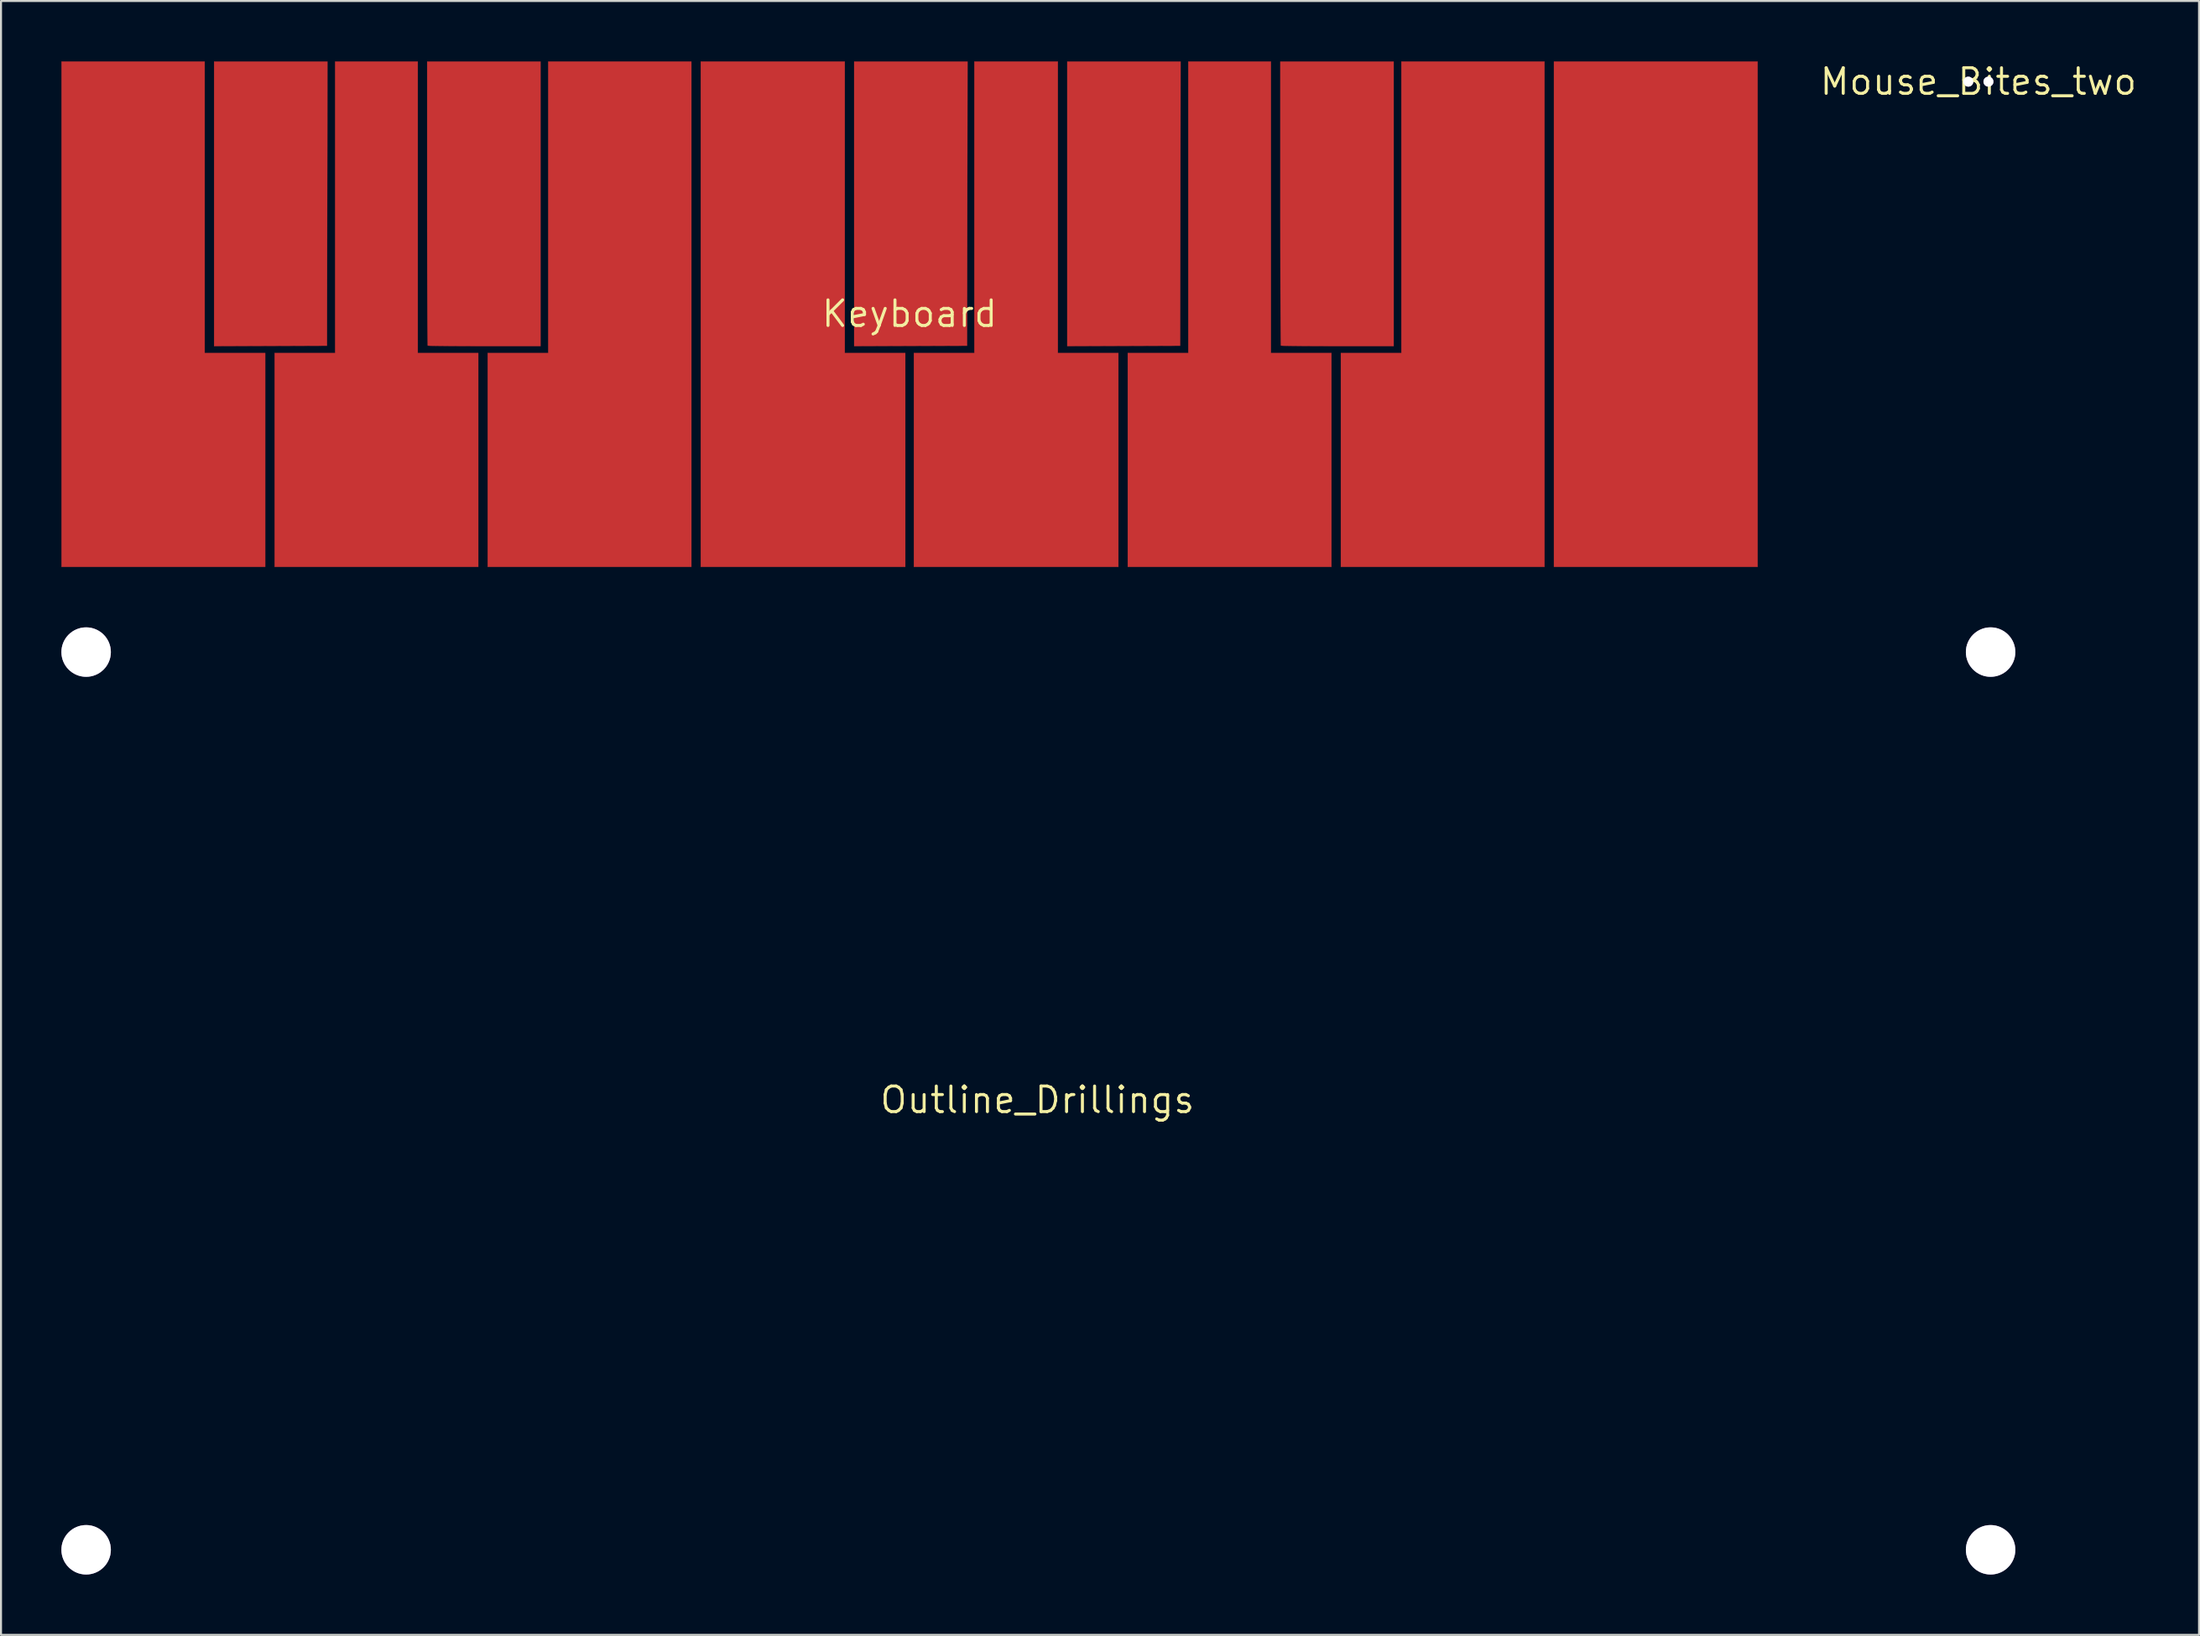
<source format=kicad_pcb>
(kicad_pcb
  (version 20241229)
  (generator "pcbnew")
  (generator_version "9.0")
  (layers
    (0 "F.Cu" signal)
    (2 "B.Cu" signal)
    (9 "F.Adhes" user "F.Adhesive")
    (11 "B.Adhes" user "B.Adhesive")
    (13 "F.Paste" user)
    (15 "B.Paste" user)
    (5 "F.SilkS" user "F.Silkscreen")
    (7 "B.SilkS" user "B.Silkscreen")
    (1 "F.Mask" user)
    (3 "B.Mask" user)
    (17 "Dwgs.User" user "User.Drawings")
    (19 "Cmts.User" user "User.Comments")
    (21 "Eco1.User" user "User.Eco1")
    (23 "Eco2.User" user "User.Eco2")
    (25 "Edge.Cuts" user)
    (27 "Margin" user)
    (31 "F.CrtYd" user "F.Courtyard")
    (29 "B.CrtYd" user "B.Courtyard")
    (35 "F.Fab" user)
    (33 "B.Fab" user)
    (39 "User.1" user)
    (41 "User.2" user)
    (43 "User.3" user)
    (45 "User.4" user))
  (footprint "Keyboard"
    (layer "F.Cu")
    (at 42.127 12.536)
    (property "Reference" "Keyboard" (at 0 0 0) (layer "F.SilkS") (effects (font (size 1.27 1.27) (thickness 0.15))))
    (attr through_hole)
    (fp_poly (pts (xy 42.122 12.573) (xy 32.004 12.573) (xy 32.004 -12.531) (xy 42.122 -12.531) (xy 42.122 12.573)) (stroke (width 0.01) (type solid)) (fill yes) (layer "F.Cu"))
    (fp_poly (pts (xy 13.441 1.587) (xy 10.636 1.598) (xy 7.832 1.609) (xy 7.832 -12.531) (xy 13.462 -12.531) (xy 13.441 1.587)) (stroke (width 0.01) (type solid)) (fill yes) (layer "F.Cu"))
    (fp_poly (pts (xy -35.01 1.947) (xy -32.004 1.947) (xy -32.004 12.573) (xy -42.122 12.573) (xy -42.122 -12.531) (xy -35.01 -12.531) (xy -35.01 1.947)) (stroke (width 0.01) (type solid)) (fill yes) (layer "F.Cu"))
    (fp_poly (pts (xy -28.924 -5.472) (xy -28.935 1.587) (xy -31.739 1.598) (xy -34.544 1.609) (xy -34.544 -12.531) (xy -28.913 -12.531) (xy -28.924 -5.472)) (stroke (width 0.01) (type solid)) (fill yes) (layer "F.Cu"))
    (fp_poly (pts (xy -10.837 12.573) (xy -20.955 12.573) (xy -20.955 1.947) (xy -17.949 1.947) (xy -17.949 -12.531) (xy -10.837 -12.531) (xy -10.837 12.573)) (stroke (width 0.01) (type solid)) (fill yes) (layer "F.Cu"))
    (fp_poly (pts (xy -3.217 1.947) (xy -0.212 1.947) (xy -0.212 12.573) (xy -10.372 12.573) (xy -10.372 -12.531) (xy -3.217 -12.531) (xy -3.217 1.947)) (stroke (width 0.01) (type solid)) (fill yes) (layer "F.Cu"))
    (fp_poly (pts (xy 2.868 -5.472) (xy 2.857 1.587) (xy 0.053 1.598) (xy -2.752 1.609) (xy -2.752 -12.531) (xy 2.879 -12.531) (xy 2.868 -5.472)) (stroke (width 0.01) (type solid)) (fill yes) (layer "F.Cu"))
    (fp_poly (pts (xy 31.538 12.573) (xy 21.421 12.573) (xy 21.421 1.947) (xy 24.426 1.947) (xy 24.426 -12.531) (xy 31.538 -12.531) (xy 31.538 12.573)) (stroke (width 0.01) (type solid)) (fill yes) (layer "F.Cu"))
    (fp_poly (pts (xy -24.426 1.947) (xy -21.421 1.947) (xy -21.421 12.573) (xy -31.538 12.573) (xy -31.538 1.947) (xy -28.533 1.947) (xy -28.533 -12.531) (xy -24.426 -12.531) (xy -24.426 1.947)) (stroke (width 0.01) (type solid)) (fill yes) (layer "F.Cu"))
    (fp_poly (pts (xy 7.366 1.947) (xy 10.372 1.947) (xy 10.372 12.573) (xy 0.212 12.573) (xy 0.212 1.947) (xy 3.217 1.947) (xy 3.217 -12.531) (xy 7.366 -12.531) (xy 7.366 1.947)) (stroke (width 0.01) (type solid)) (fill yes) (layer "F.Cu"))
    (fp_poly (pts (xy 17.949 1.947) (xy 20.955 1.947) (xy 20.955 12.573) (xy 10.837 12.573) (xy 10.837 1.947) (xy 13.843 1.947) (xy 13.843 -12.531) (xy 17.949 -12.531) (xy 17.949 1.947)) (stroke (width 0.01) (type solid)) (fill yes) (layer "F.Cu"))
    (fp_poly (pts (xy -18.33 1.609) (xy -21.117 1.609) (xy -21.595 1.608) (xy -22.048 1.607) (xy -22.469 1.605) (xy -22.851 1.603) (xy -23.186 1.599) (xy -23.468 1.596) (xy -23.69 1.592) (xy -23.844 1.587) (xy -23.923 1.582) (xy -23.932 1.58) (xy -23.936 1.536) (xy -23.938 1.411) (xy -23.941 1.21) (xy -23.944 0.938) (xy -23.947 0.599) (xy -23.949 0.197) (xy -23.951 -0.263) (xy -23.953 -0.777) (xy -23.955 -1.34) (xy -23.957 -1.948) (xy -23.958 -2.596) (xy -23.959 -3.28) (xy -23.96 -3.997) (xy -23.961 -4.74) (xy -23.961 -5.489) (xy -23.961 -12.531) (xy -18.33 -12.531) (xy -18.33 1.609)) (stroke (width 0.01) (type solid)) (fill yes) (layer "F.Cu"))
    (fp_poly (pts (xy 24.045 1.609) (xy 21.258 1.609) (xy 20.78 1.608) (xy 20.327 1.607) (xy 19.906 1.605) (xy 19.525 1.603) (xy 19.189 1.599) (xy 18.907 1.596) (xy 18.686 1.592) (xy 18.532 1.587) (xy 18.453 1.582) (xy 18.443 1.58) (xy 18.44 1.536) (xy 18.437 1.411) (xy 18.434 1.21) (xy 18.432 0.938) (xy 18.429 0.599) (xy 18.427 0.197) (xy 18.424 -0.263) (xy 18.422 -0.777) (xy 18.42 -1.34) (xy 18.419 -1.948) (xy 18.418 -2.596) (xy 18.416 -3.28) (xy 18.416 -3.997) (xy 18.415 -4.74) (xy 18.415 -5.489) (xy 18.415 -12.531) (xy 24.045 -12.531) (xy 24.045 1.609)) (stroke (width 0.01) (type solid)) (fill yes) (layer "F.Cu"))
    (fp_poly (pts (xy 42.122 12.573) (xy -42.122 12.573) (xy -42.122 -12.531) (xy 42.122 -12.531) (xy 42.122 12.573)) (stroke (width 0.01) (type solid)) (fill yes) (layer "F.Mask"))
    (pad "1" smd rect (at -38.5 -7.5) (size 4 10) (layers "F.Cu" "F.Mask" "F.Paste"))
    (pad "2" smd rect (at -31.75 -7.5) (size 4 10) (layers "F.Cu" "F.Mask" "F.Paste"))
    (pad "3" smd rect (at -26.5 -7.5) (size 3.5 10) (layers "F.Cu" "F.Mask" "F.Paste"))
    (pad "4" smd rect (at -21 -7.5) (size 4 10) (layers "F.Cu" "F.Mask" "F.Paste"))
    (pad "5" smd rect (at -14.25 -7.5) (size 4 10) (layers "F.Cu" "F.Mask" "F.Paste"))
    (pad "6" smd rect (at -6.75 -7.5) (size 4 10) (layers "F.Cu" "F.Mask" "F.Paste"))
    (pad "7" smd rect (at 0.25 -7.5) (size 4 10) (layers "F.Cu" "F.Mask" "F.Paste"))
    (pad "8" smd rect (at 5.25 -7.5) (size 4 10) (layers "F.Cu" "F.Mask" "F.Paste"))
    (pad "9" smd rect (at 10.75 -7.5) (size 4 10) (layers "F.Cu" "F.Mask" "F.Paste"))
    (pad "10" smd rect (at 15.95 -7.5) (size 3.5 10) (layers "F.Cu" "F.Mask" "F.Paste"))
    (pad "11" smd rect (at 21.25 -7.5) (size 4 10) (layers "F.Cu" "F.Mask" "F.Paste"))
    (pad "12" smd rect (at 28.25 -7.5) (size 4 10) (layers "F.Cu" "F.Mask" "F.Paste"))
    (pad "13" smd rect (at 37 -7.5) (size 4 10) (layers "F.Cu" "F.Mask" "F.Paste")))
  (footprint "Outline_Drillings"
    (layer "F.Cu")
    (at 48.474 51.587)
    (property "Reference" "Outline_Drillings" (at 0 0 0) (layer "F.SilkS") (effects (font (size 1.27 1.27) (thickness 0.15))))
    (attr through_hole)
    (pad "1" thru_hole circle (at -47.246 -22.246) (size 2.456 2.456) (drill 2.456) (layers "*.Cu" "*.Mask"))
    (pad "2" thru_hole circle (at -47.246 22.346) (size 2.456 2.456) (drill 2.456) (layers "*.Cu" "*.Mask"))
    (pad "3" thru_hole circle (at 47.346 22.346) (size 2.456 2.456) (drill 2.456) (layers "*.Cu" "*.Mask"))
    (pad "4" thru_hole circle (at 47.346 -22.246) (size 2.456 2.456) (drill 2.456) (layers "*.Cu" "*.Mask")))
  (footprint "Mouse_Bites_two"
    (layer "F.Cu")
    (at 95.213 1.006)
    (property "Reference" "Mouse_Bites_two" (at 0 0 0) (layer "F.SilkS") (effects (font (size 1.27 1.27) (thickness 0.15))))
    (attr through_hole)
    (pad "1" thru_hole circle (at -0.5 0.000029) (size 0.495 0.495) (drill 0.495) (layers "*.Cu" "*.Mask"))
    (pad "2" thru_hole circle (at 0.5 0.000029) (size 0.495 0.495) (drill 0.495) (layers "*.Cu" "*.Mask")))
  (gr_rect
    (start -3 -3)
    (end 106.173 78.161)
    (stroke (width 0.1) (type default))
    (fill no)
    (layer "Edge.Cuts")))
</source>
